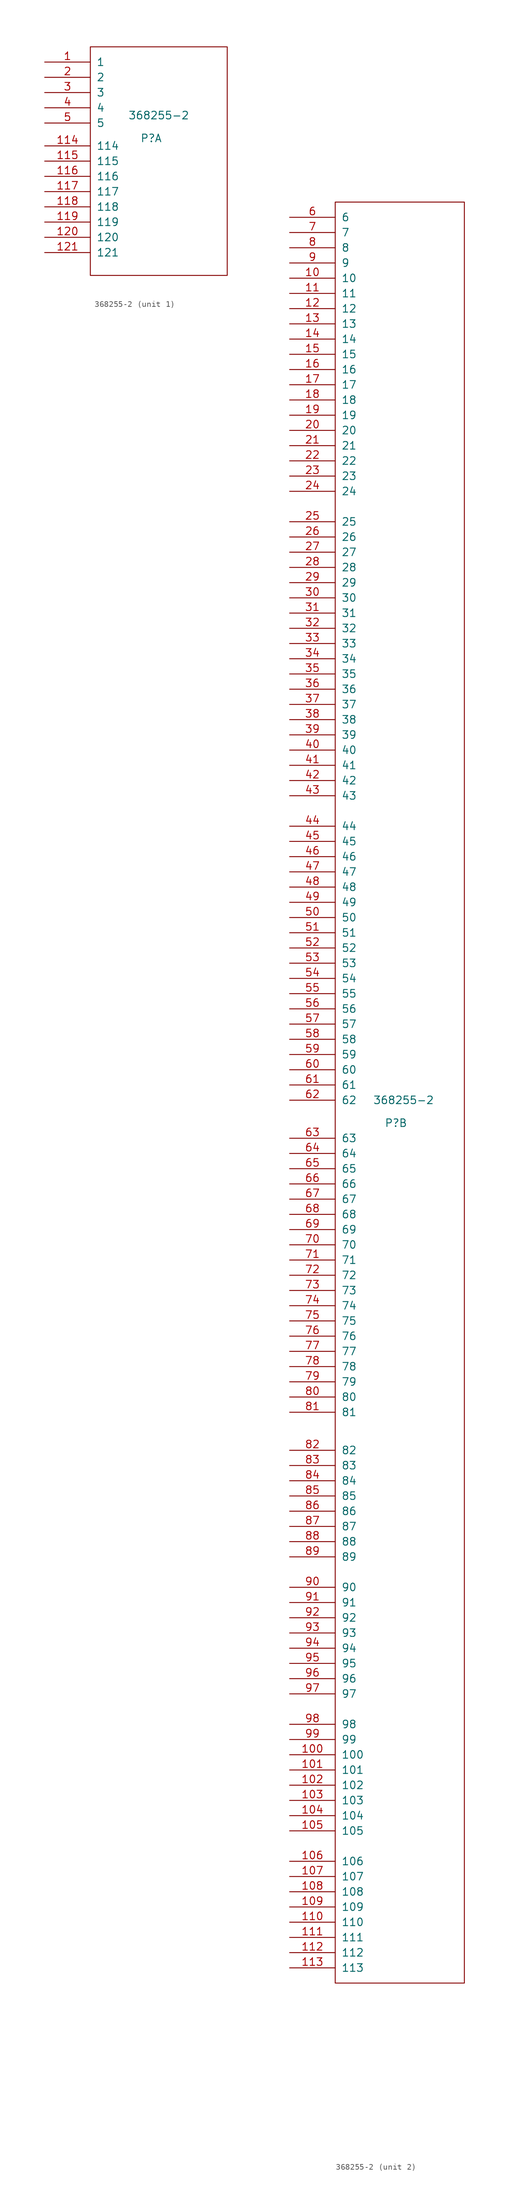
<source format=kicad_sym>
(kicad_symbol_lib
  (version 20211014)
  (generator kicad_symbol_editor)
  (symbol "368255-2"
    (pin_names
      (offset 1.016))
    (property "Reference" "P"
      (at -1.27 0 0)
      (effects (font (size 1.27 1.27))))
    (property "Value" "368255-2"
      (at 0 3.81 0)
      (effects (font (size 1.27 1.27))))
    (symbol "368255-2_1_0"
      (rectangle (start -11.43 -22.86) (end 11.43 15.24) (stroke (width 0) (type default) (color 0 0 0 0)) (fill (type none))))
    (symbol "368255-2_1_1"
      (pin passive line (at -19.05 12.7 0) (length 7.62) (name "1" (effects (font (size 1.27 1.27)))) (number "1" (effects (font (size 1.27 1.27)))))
      (pin passive line (at -19.05 -1.27 0) (length 7.62) (name "114" (effects (font (size 1.27 1.27)))) (number "114" (effects (font (size 1.27 1.27)))))
      (pin passive line (at -19.05 -3.81 0) (length 7.62) (name "115" (effects (font (size 1.27 1.27)))) (number "115" (effects (font (size 1.27 1.27)))))
      (pin passive line (at -19.05 -6.35 0) (length 7.62) (name "116" (effects (font (size 1.27 1.27)))) (number "116" (effects (font (size 1.27 1.27)))))
      (pin passive line (at -19.05 -8.89 0) (length 7.62) (name "117" (effects (font (size 1.27 1.27)))) (number "117" (effects (font (size 1.27 1.27)))))
      (pin passive line (at -19.05 -11.43 0) (length 7.62) (name "118" (effects (font (size 1.27 1.27)))) (number "118" (effects (font (size 1.27 1.27)))))
      (pin passive line (at -19.05 -13.97 0) (length 7.62) (name "119" (effects (font (size 1.27 1.27)))) (number "119" (effects (font (size 1.27 1.27)))))
      (pin passive line (at -19.05 -16.51 0) (length 7.62) (name "120" (effects (font (size 1.27 1.27)))) (number "120" (effects (font (size 1.27 1.27)))))
      (pin passive line (at -19.05 -19.05 0) (length 7.62) (name "121" (effects (font (size 1.27 1.27)))) (number "121" (effects (font (size 1.27 1.27)))))
      (pin passive line (at -19.05 10.16 0) (length 7.62) (name "2" (effects (font (size 1.27 1.27)))) (number "2" (effects (font (size 1.27 1.27)))))
      (pin passive line (at -19.05 7.62 0) (length 7.62) (name "3" (effects (font (size 1.27 1.27)))) (number "3" (effects (font (size 1.27 1.27)))))
      (pin passive line (at -19.05 5.08 0) (length 7.62) (name "4" (effects (font (size 1.27 1.27)))) (number "4" (effects (font (size 1.27 1.27)))))
      (pin passive line (at -19.05 2.54 0) (length 7.62) (name "5" (effects (font (size 1.27 1.27)))) (number "5" (effects (font (size 1.27 1.27))))))
    (symbol "368255-2_2_1"
      (rectangle (start -11.43 -143.51) (end 10.16 153.67) (stroke (width 0) (type default) (color 0 0 0 0)) (fill (type none)))
      (pin passive line (at -19.05 140.97 0) (length 7.62) (name "10" (effects (font (size 1.27 1.27)))) (number "10" (effects (font (size 1.27 1.27)))))
      (pin passive line (at -19.05 -105.41 0) (length 7.62) (name "100" (effects (font (size 1.27 1.27)))) (number "100" (effects (font (size 1.27 1.27)))))
      (pin passive line (at -19.05 -107.95 0) (length 7.62) (name "101" (effects (font (size 1.27 1.27)))) (number "101" (effects (font (size 1.27 1.27)))))
      (pin passive line (at -19.05 -110.49 0) (length 7.62) (name "102" (effects (font (size 1.27 1.27)))) (number "102" (effects (font (size 1.27 1.27)))))
      (pin passive line (at -19.05 -113.03 0) (length 7.62) (name "103" (effects (font (size 1.27 1.27)))) (number "103" (effects (font (size 1.27 1.27)))))
      (pin passive line (at -19.05 -115.57 0) (length 7.62) (name "104" (effects (font (size 1.27 1.27)))) (number "104" (effects (font (size 1.27 1.27)))))
      (pin passive line (at -19.05 -118.11 0) (length 7.62) (name "105" (effects (font (size 1.27 1.27)))) (number "105" (effects (font (size 1.27 1.27)))))
      (pin passive line (at -19.05 -123.19 0) (length 7.62) (name "106" (effects (font (size 1.27 1.27)))) (number "106" (effects (font (size 1.27 1.27)))))
      (pin passive line (at -19.05 -125.73 0) (length 7.62) (name "107" (effects (font (size 1.27 1.27)))) (number "107" (effects (font (size 1.27 1.27)))))
      (pin passive line (at -19.05 -128.27 0) (length 7.62) (name "108" (effects (font (size 1.27 1.27)))) (number "108" (effects (font (size 1.27 1.27)))))
      (pin passive line (at -19.05 -130.81 0) (length 7.62) (name "109" (effects (font (size 1.27 1.27)))) (number "109" (effects (font (size 1.27 1.27)))))
      (pin passive line (at -19.05 138.43 0) (length 7.62) (name "11" (effects (font (size 1.27 1.27)))) (number "11" (effects (font (size 1.27 1.27)))))
      (pin passive line (at -19.05 -133.35 0) (length 7.62) (name "110" (effects (font (size 1.27 1.27)))) (number "110" (effects (font (size 1.27 1.27)))))
      (pin passive line (at -19.05 -135.89 0) (length 7.62) (name "111" (effects (font (size 1.27 1.27)))) (number "111" (effects (font (size 1.27 1.27)))))
      (pin passive line (at -19.05 -138.43 0) (length 7.62) (name "112" (effects (font (size 1.27 1.27)))) (number "112" (effects (font (size 1.27 1.27)))))
      (pin passive line (at -19.05 -140.97 0) (length 7.62) (name "113" (effects (font (size 1.27 1.27)))) (number "113" (effects (font (size 1.27 1.27)))))
      (pin passive line (at -19.05 135.89 0) (length 7.62) (name "12" (effects (font (size 1.27 1.27)))) (number "12" (effects (font (size 1.27 1.27)))))
      (pin passive line (at -19.05 133.35 0) (length 7.62) (name "13" (effects (font (size 1.27 1.27)))) (number "13" (effects (font (size 1.27 1.27)))))
      (pin passive line (at -19.05 130.81 0) (length 7.62) (name "14" (effects (font (size 1.27 1.27)))) (number "14" (effects (font (size 1.27 1.27)))))
      (pin passive line (at -19.05 128.27 0) (length 7.62) (name "15" (effects (font (size 1.27 1.27)))) (number "15" (effects (font (size 1.27 1.27)))))
      (pin passive line (at -19.05 125.73 0) (length 7.62) (name "16" (effects (font (size 1.27 1.27)))) (number "16" (effects (font (size 1.27 1.27)))))
      (pin passive line (at -19.05 123.19 0) (length 7.62) (name "17" (effects (font (size 1.27 1.27)))) (number "17" (effects (font (size 1.27 1.27)))))
      (pin passive line (at -19.05 120.65 0) (length 7.62) (name "18" (effects (font (size 1.27 1.27)))) (number "18" (effects (font (size 1.27 1.27)))))
      (pin passive line (at -19.05 118.11 0) (length 7.62) (name "19" (effects (font (size 1.27 1.27)))) (number "19" (effects (font (size 1.27 1.27)))))
      (pin passive line (at -19.05 115.57 0) (length 7.62) (name "20" (effects (font (size 1.27 1.27)))) (number "20" (effects (font (size 1.27 1.27)))))
      (pin passive line (at -19.05 113.03 0) (length 7.62) (name "21" (effects (font (size 1.27 1.27)))) (number "21" (effects (font (size 1.27 1.27)))))
      (pin passive line (at -19.05 110.49 0) (length 7.62) (name "22" (effects (font (size 1.27 1.27)))) (number "22" (effects (font (size 1.27 1.27)))))
      (pin passive line (at -19.05 107.95 0) (length 7.62) (name "23" (effects (font (size 1.27 1.27)))) (number "23" (effects (font (size 1.27 1.27)))))
      (pin passive line (at -19.05 105.41 0) (length 7.62) (name "24" (effects (font (size 1.27 1.27)))) (number "24" (effects (font (size 1.27 1.27)))))
      (pin passive line (at -19.05 100.33 0) (length 7.62) (name "25" (effects (font (size 1.27 1.27)))) (number "25" (effects (font (size 1.27 1.27)))))
      (pin passive line (at -19.05 97.79 0) (length 7.62) (name "26" (effects (font (size 1.27 1.27)))) (number "26" (effects (font (size 1.27 1.27)))))
      (pin passive line (at -19.05 95.25 0) (length 7.62) (name "27" (effects (font (size 1.27 1.27)))) (number "27" (effects (font (size 1.27 1.27)))))
      (pin passive line (at -19.05 92.71 0) (length 7.62) (name "28" (effects (font (size 1.27 1.27)))) (number "28" (effects (font (size 1.27 1.27)))))
      (pin passive line (at -19.05 90.17 0) (length 7.62) (name "29" (effects (font (size 1.27 1.27)))) (number "29" (effects (font (size 1.27 1.27)))))
      (pin passive line (at -19.05 87.63 0) (length 7.62) (name "30" (effects (font (size 1.27 1.27)))) (number "30" (effects (font (size 1.27 1.27)))))
      (pin passive line (at -19.05 85.09 0) (length 7.62) (name "31" (effects (font (size 1.27 1.27)))) (number "31" (effects (font (size 1.27 1.27)))))
      (pin passive line (at -19.05 82.55 0) (length 7.62) (name "32" (effects (font (size 1.27 1.27)))) (number "32" (effects (font (size 1.27 1.27)))))
      (pin passive line (at -19.05 80.01 0) (length 7.62) (name "33" (effects (font (size 1.27 1.27)))) (number "33" (effects (font (size 1.27 1.27)))))
      (pin passive line (at -19.05 77.47 0) (length 7.62) (name "34" (effects (font (size 1.27 1.27)))) (number "34" (effects (font (size 1.27 1.27)))))
      (pin passive line (at -19.05 74.93 0) (length 7.62) (name "35" (effects (font (size 1.27 1.27)))) (number "35" (effects (font (size 1.27 1.27)))))
      (pin passive line (at -19.05 72.39 0) (length 7.62) (name "36" (effects (font (size 1.27 1.27)))) (number "36" (effects (font (size 1.27 1.27)))))
      (pin passive line (at -19.05 69.85 0) (length 7.62) (name "37" (effects (font (size 1.27 1.27)))) (number "37" (effects (font (size 1.27 1.27)))))
      (pin passive line (at -19.05 67.31 0) (length 7.62) (name "38" (effects (font (size 1.27 1.27)))) (number "38" (effects (font (size 1.27 1.27)))))
      (pin passive line (at -19.05 64.77 0) (length 7.62) (name "39" (effects (font (size 1.27 1.27)))) (number "39" (effects (font (size 1.27 1.27)))))
      (pin passive line (at -19.05 62.23 0) (length 7.62) (name "40" (effects (font (size 1.27 1.27)))) (number "40" (effects (font (size 1.27 1.27)))))
      (pin passive line (at -19.05 59.69 0) (length 7.62) (name "41" (effects (font (size 1.27 1.27)))) (number "41" (effects (font (size 1.27 1.27)))))
      (pin passive line (at -19.05 57.15 0) (length 7.62) (name "42" (effects (font (size 1.27 1.27)))) (number "42" (effects (font (size 1.27 1.27)))))
      (pin passive line (at -19.05 54.61 0) (length 7.62) (name "43" (effects (font (size 1.27 1.27)))) (number "43" (effects (font (size 1.27 1.27)))))
      (pin passive line (at -19.05 49.53 0) (length 7.62) (name "44" (effects (font (size 1.27 1.27)))) (number "44" (effects (font (size 1.27 1.27)))))
      (pin passive line (at -19.05 46.99 0) (length 7.62) (name "45" (effects (font (size 1.27 1.27)))) (number "45" (effects (font (size 1.27 1.27)))))
      (pin passive line (at -19.05 44.45 0) (length 7.62) (name "46" (effects (font (size 1.27 1.27)))) (number "46" (effects (font (size 1.27 1.27)))))
      (pin passive line (at -19.05 41.91 0) (length 7.62) (name "47" (effects (font (size 1.27 1.27)))) (number "47" (effects (font (size 1.27 1.27)))))
      (pin passive line (at -19.05 39.37 0) (length 7.62) (name "48" (effects (font (size 1.27 1.27)))) (number "48" (effects (font (size 1.27 1.27)))))
      (pin passive line (at -19.05 36.83 0) (length 7.62) (name "49" (effects (font (size 1.27 1.27)))) (number "49" (effects (font (size 1.27 1.27)))))
      (pin passive line (at -19.05 34.29 0) (length 7.62) (name "50" (effects (font (size 1.27 1.27)))) (number "50" (effects (font (size 1.27 1.27)))))
      (pin passive line (at -19.05 31.75 0) (length 7.62) (name "51" (effects (font (size 1.27 1.27)))) (number "51" (effects (font (size 1.27 1.27)))))
      (pin passive line (at -19.05 29.21 0) (length 7.62) (name "52" (effects (font (size 1.27 1.27)))) (number "52" (effects (font (size 1.27 1.27)))))
      (pin passive line (at -19.05 26.67 0) (length 7.62) (name "53" (effects (font (size 1.27 1.27)))) (number "53" (effects (font (size 1.27 1.27)))))
      (pin passive line (at -19.05 24.13 0) (length 7.62) (name "54" (effects (font (size 1.27 1.27)))) (number "54" (effects (font (size 1.27 1.27)))))
      (pin passive line (at -19.05 21.59 0) (length 7.62) (name "55" (effects (font (size 1.27 1.27)))) (number "55" (effects (font (size 1.27 1.27)))))
      (pin passive line (at -19.05 19.05 0) (length 7.62) (name "56" (effects (font (size 1.27 1.27)))) (number "56" (effects (font (size 1.27 1.27)))))
      (pin passive line (at -19.05 16.51 0) (length 7.62) (name "57" (effects (font (size 1.27 1.27)))) (number "57" (effects (font (size 1.27 1.27)))))
      (pin passive line (at -19.05 13.97 0) (length 7.62) (name "58" (effects (font (size 1.27 1.27)))) (number "58" (effects (font (size 1.27 1.27)))))
      (pin passive line (at -19.05 11.43 0) (length 7.62) (name "59" (effects (font (size 1.27 1.27)))) (number "59" (effects (font (size 1.27 1.27)))))
      (pin passive line (at -19.05 151.13 0) (length 7.62) (name "6" (effects (font (size 1.27 1.27)))) (number "6" (effects (font (size 1.27 1.27)))))
      (pin passive line (at -19.05 8.89 0) (length 7.62) (name "60" (effects (font (size 1.27 1.27)))) (number "60" (effects (font (size 1.27 1.27)))))
      (pin passive line (at -19.05 6.35 0) (length 7.62) (name "61" (effects (font (size 1.27 1.27)))) (number "61" (effects (font (size 1.27 1.27)))))
      (pin passive line (at -19.05 3.81 0) (length 7.62) (name "62" (effects (font (size 1.27 1.27)))) (number "62" (effects (font (size 1.27 1.27)))))
      (pin passive line (at -19.05 -2.54 0) (length 7.62) (name "63" (effects (font (size 1.27 1.27)))) (number "63" (effects (font (size 1.27 1.27)))))
      (pin passive line (at -19.05 -5.08 0) (length 7.62) (name "64" (effects (font (size 1.27 1.27)))) (number "64" (effects (font (size 1.27 1.27)))))
      (pin passive line (at -19.05 -7.62 0) (length 7.62) (name "65" (effects (font (size 1.27 1.27)))) (number "65" (effects (font (size 1.27 1.27)))))
      (pin passive line (at -19.05 -10.16 0) (length 7.62) (name "66" (effects (font (size 1.27 1.27)))) (number "66" (effects (font (size 1.27 1.27)))))
      (pin passive line (at -19.05 -12.7 0) (length 7.62) (name "67" (effects (font (size 1.27 1.27)))) (number "67" (effects (font (size 1.27 1.27)))))
      (pin passive line (at -19.05 -15.24 0) (length 7.62) (name "68" (effects (font (size 1.27 1.27)))) (number "68" (effects (font (size 1.27 1.27)))))
      (pin passive line (at -19.05 -17.78 0) (length 7.62) (name "69" (effects (font (size 1.27 1.27)))) (number "69" (effects (font (size 1.27 1.27)))))
      (pin passive line (at -19.05 148.59 0) (length 7.62) (name "7" (effects (font (size 1.27 1.27)))) (number "7" (effects (font (size 1.27 1.27)))))
      (pin passive line (at -19.05 -20.32 0) (length 7.62) (name "70" (effects (font (size 1.27 1.27)))) (number "70" (effects (font (size 1.27 1.27)))))
      (pin passive line (at -19.05 -22.86 0) (length 7.62) (name "71" (effects (font (size 1.27 1.27)))) (number "71" (effects (font (size 1.27 1.27)))))
      (pin passive line (at -19.05 -25.4 0) (length 7.62) (name "72" (effects (font (size 1.27 1.27)))) (number "72" (effects (font (size 1.27 1.27)))))
      (pin passive line (at -19.05 -27.94 0) (length 7.62) (name "73" (effects (font (size 1.27 1.27)))) (number "73" (effects (font (size 1.27 1.27)))))
      (pin passive line (at -19.05 -30.48 0) (length 7.62) (name "74" (effects (font (size 1.27 1.27)))) (number "74" (effects (font (size 1.27 1.27)))))
      (pin passive line (at -19.05 -33.02 0) (length 7.62) (name "75" (effects (font (size 1.27 1.27)))) (number "75" (effects (font (size 1.27 1.27)))))
      (pin passive line (at -19.05 -35.56 0) (length 7.62) (name "76" (effects (font (size 1.27 1.27)))) (number "76" (effects (font (size 1.27 1.27)))))
      (pin passive line (at -19.05 -38.1 0) (length 7.62) (name "77" (effects (font (size 1.27 1.27)))) (number "77" (effects (font (size 1.27 1.27)))))
      (pin passive line (at -19.05 -40.64 0) (length 7.62) (name "78" (effects (font (size 1.27 1.27)))) (number "78" (effects (font (size 1.27 1.27)))))
      (pin passive line (at -19.05 -43.18 0) (length 7.62) (name "79" (effects (font (size 1.27 1.27)))) (number "79" (effects (font (size 1.27 1.27)))))
      (pin passive line (at -19.05 146.05 0) (length 7.62) (name "8" (effects (font (size 1.27 1.27)))) (number "8" (effects (font (size 1.27 1.27)))))
      (pin passive line (at -19.05 -45.72 0) (length 7.62) (name "80" (effects (font (size 1.27 1.27)))) (number "80" (effects (font (size 1.27 1.27)))))
      (pin passive line (at -19.05 -48.26 0) (length 7.62) (name "81" (effects (font (size 1.27 1.27)))) (number "81" (effects (font (size 1.27 1.27)))))
      (pin passive line (at -19.05 -54.61 0) (length 7.62) (name "82" (effects (font (size 1.27 1.27)))) (number "82" (effects (font (size 1.27 1.27)))))
      (pin passive line (at -19.05 -57.15 0) (length 7.62) (name "83" (effects (font (size 1.27 1.27)))) (number "83" (effects (font (size 1.27 1.27)))))
      (pin passive line (at -19.05 -59.69 0) (length 7.62) (name "84" (effects (font (size 1.27 1.27)))) (number "84" (effects (font (size 1.27 1.27)))))
      (pin passive line (at -19.05 -62.23 0) (length 7.62) (name "85" (effects (font (size 1.27 1.27)))) (number "85" (effects (font (size 1.27 1.27)))))
      (pin passive line (at -19.05 -64.77 0) (length 7.62) (name "86" (effects (font (size 1.27 1.27)))) (number "86" (effects (font (size 1.27 1.27)))))
      (pin passive line (at -19.05 -67.31 0) (length 7.62) (name "87" (effects (font (size 1.27 1.27)))) (number "87" (effects (font (size 1.27 1.27)))))
      (pin passive line (at -19.05 -69.85 0) (length 7.62) (name "88" (effects (font (size 1.27 1.27)))) (number "88" (effects (font (size 1.27 1.27)))))
      (pin passive line (at -19.05 -72.39 0) (length 7.62) (name "89" (effects (font (size 1.27 1.27)))) (number "89" (effects (font (size 1.27 1.27)))))
      (pin passive line (at -19.05 143.51 0) (length 7.62) (name "9" (effects (font (size 1.27 1.27)))) (number "9" (effects (font (size 1.27 1.27)))))
      (pin passive line (at -19.05 -77.47 0) (length 7.62) (name "90" (effects (font (size 1.27 1.27)))) (number "90" (effects (font (size 1.27 1.27)))))
      (pin passive line (at -19.05 -80.01 0) (length 7.62) (name "91" (effects (font (size 1.27 1.27)))) (number "91" (effects (font (size 1.27 1.27)))))
      (pin passive line (at -19.05 -82.55 0) (length 7.62) (name "92" (effects (font (size 1.27 1.27)))) (number "92" (effects (font (size 1.27 1.27)))))
      (pin passive line (at -19.05 -85.09 0) (length 7.62) (name "93" (effects (font (size 1.27 1.27)))) (number "93" (effects (font (size 1.27 1.27)))))
      (pin passive line (at -19.05 -87.63 0) (length 7.62) (name "94" (effects (font (size 1.27 1.27)))) (number "94" (effects (font (size 1.27 1.27)))))
      (pin passive line (at -19.05 -90.17 0) (length 7.62) (name "95" (effects (font (size 1.27 1.27)))) (number "95" (effects (font (size 1.27 1.27)))))
      (pin passive line (at -19.05 -92.71 0) (length 7.62) (name "96" (effects (font (size 1.27 1.27)))) (number "96" (effects (font (size 1.27 1.27)))))
      (pin passive line (at -19.05 -95.25 0) (length 7.62) (name "97" (effects (font (size 1.27 1.27)))) (number "97" (effects (font (size 1.27 1.27)))))
      (pin passive line (at -19.05 -100.33 0) (length 7.62) (name "98" (effects (font (size 1.27 1.27)))) (number "98" (effects (font (size 1.27 1.27)))))
      (pin passive line (at -19.05 -102.87 0) (length 7.62) (name "99" (effects (font (size 1.27 1.27)))) (number "99" (effects (font (size 1.27 1.27))))))))
</source>
